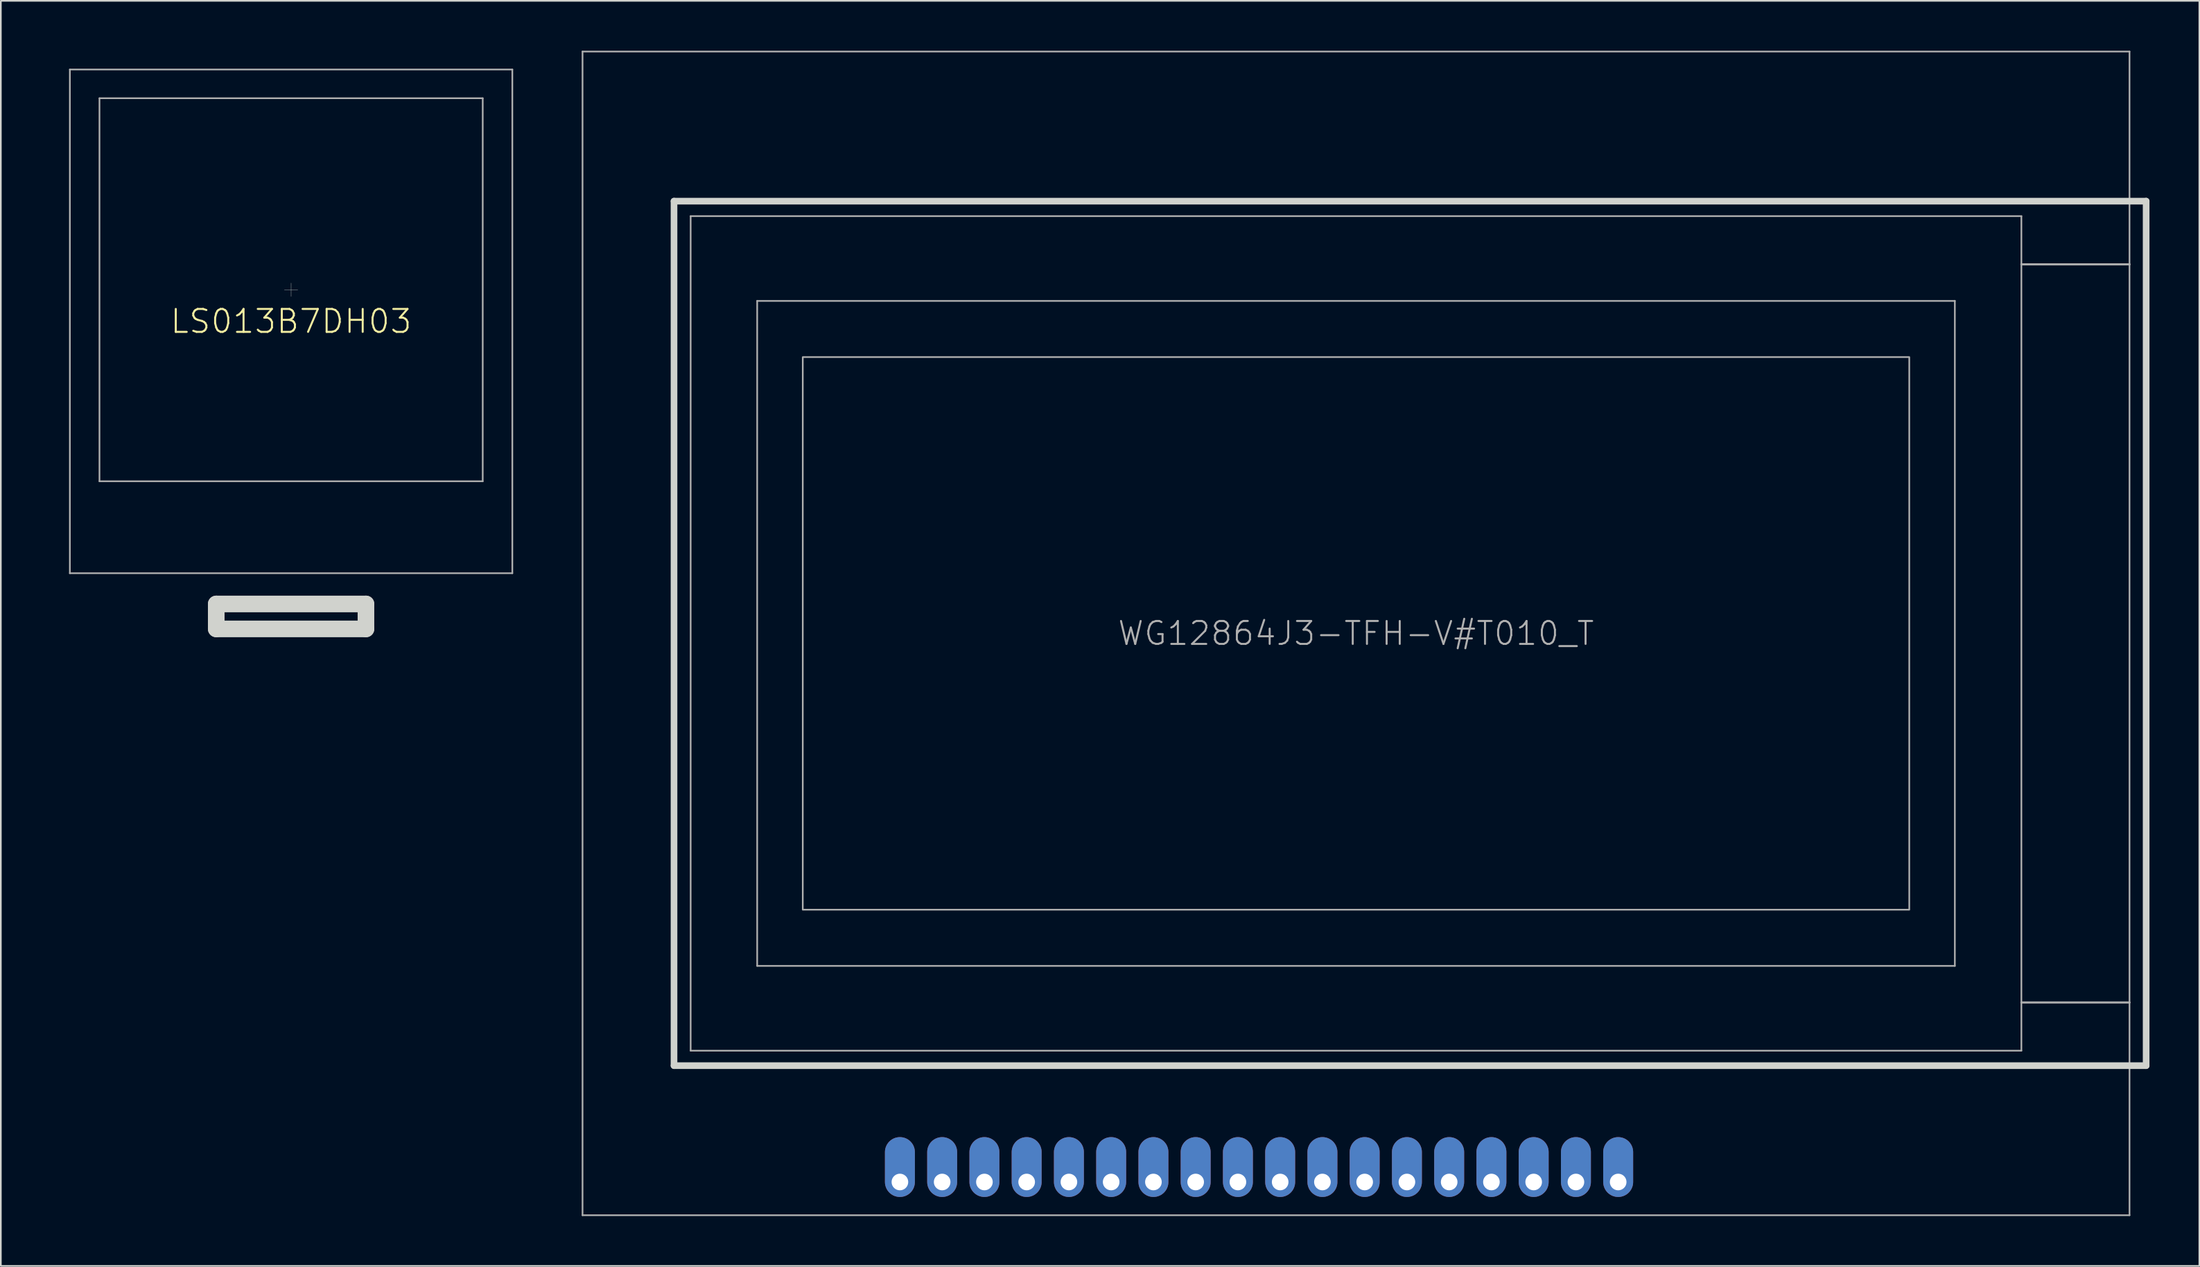
<source format=kicad_pcb>
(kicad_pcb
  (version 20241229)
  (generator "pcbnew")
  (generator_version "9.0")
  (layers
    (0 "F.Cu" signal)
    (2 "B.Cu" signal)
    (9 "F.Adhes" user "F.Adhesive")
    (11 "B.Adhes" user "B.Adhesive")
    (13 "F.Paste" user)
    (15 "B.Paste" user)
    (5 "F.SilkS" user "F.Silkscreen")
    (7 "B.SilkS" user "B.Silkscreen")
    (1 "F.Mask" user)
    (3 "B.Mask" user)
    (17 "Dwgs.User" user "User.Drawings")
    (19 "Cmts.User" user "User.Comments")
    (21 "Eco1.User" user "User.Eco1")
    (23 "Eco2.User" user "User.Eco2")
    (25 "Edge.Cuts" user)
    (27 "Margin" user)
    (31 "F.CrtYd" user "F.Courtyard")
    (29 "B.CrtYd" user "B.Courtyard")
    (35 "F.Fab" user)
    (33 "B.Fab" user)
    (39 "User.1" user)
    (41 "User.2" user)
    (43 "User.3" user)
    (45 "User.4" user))
  (footprint "WG12864J3-TFH-V#T010_T"
    (layer "F.Cu")
    (at 78.47 35.05)
    (property "Reference" "WG12864J3-TFH-V#T010_T" (at 0 0 0) (unlocked yes) (layer "F.Fab") (effects (font (size 1.38 1.38) (thickness 0.12))))
    (fp_line (start -41 -26) (end -41 26) (stroke (width 0.4) (type solid)) (layer "Edge.Cuts"))
    (fp_line (start -41 26) (end 47.5 26) (stroke (width 0.4) (type solid)) (layer "Edge.Cuts"))
    (fp_line (start 47.5 -26) (end -41 -26) (stroke (width 0.4) (type solid)) (layer "Edge.Cuts"))
    (fp_line (start 47.5 26) (end 47.5 -26) (stroke (width 0.4) (type solid)) (layer "Edge.Cuts"))
    (fp_line (start -46.5 -35) (end 46.5 -35) (stroke (width 0.1) (type solid)) (layer "F.Fab"))
    (fp_line (start -46.5 35) (end -46.5 -35) (stroke (width 0.1) (type solid)) (layer "F.Fab"))
    (fp_line (start -40 -25.1) (end 40 -25.1) (stroke (width 0.1) (type solid)) (layer "F.Fab"))
    (fp_line (start -40 25.1) (end -40 -25.1) (stroke (width 0.1) (type solid)) (layer "F.Fab"))
    (fp_line (start -36 -20) (end -36 20) (stroke (width 0.1) (type solid)) (layer "F.Fab"))
    (fp_line (start -36 20) (end 36 20) (stroke (width 0.1) (type solid)) (layer "F.Fab"))
    (fp_line (start 36 -20) (end -36 -20) (stroke (width 0.1) (type solid)) (layer "F.Fab"))
    (fp_line (start 36 20) (end 36 -20) (stroke (width 0.1) (type solid)) (layer "F.Fab"))
    (fp_line (start 40 -25.1) (end 40 -22.2) (stroke (width 0.1) (type solid)) (layer "F.Fab"))
    (fp_line (start 40 -22.2) (end 40 22.2) (stroke (width 0.1) (type solid)) (layer "F.Fab"))
    (fp_line (start 40 -22.2) (end 46.5 -22.2) (stroke (width 0.127) (type solid)) (layer "F.Fab"))
    (fp_line (start 40 22.2) (end 40 25.1) (stroke (width 0.1) (type solid)) (layer "F.Fab"))
    (fp_line (start 40 22.2) (end 46.5 22.2) (stroke (width 0.127) (type solid)) (layer "F.Fab"))
    (fp_line (start 40 25.1) (end -40 25.1) (stroke (width 0.1) (type solid)) (layer "F.Fab"))
    (fp_line (start 46.5 -35) (end 46.5 -22.2) (stroke (width 0.1) (type solid)) (layer "F.Fab"))
    (fp_line (start 46.5 -22.2) (end 46.5 22.2) (stroke (width 0.1) (type solid)) (layer "F.Fab"))
    (fp_line (start 46.5 22.2) (end 46.5 35) (stroke (width 0.1) (type solid)) (layer "F.Fab"))
    (fp_line (start 46.5 35) (end -46.5 35) (stroke (width 0.1) (type solid)) (layer "F.Fab"))
    (fp_poly (pts (xy -33.26 16.62) (xy 33.26 16.62) (xy 33.26 -16.62) (xy -33.26 -16.62)) (stroke (width 0.1) (type default)) (fill no) (layer "F.Fab"))
    (pad "1" thru_hole oval (at 15.76 33 90) (size 3.6 1.8) (drill 1 (offset 0.9 0)) (layers "*.Cu" "*.Mask"))
    (pad "2" thru_hole oval (at 13.22 33 90) (size 3.6 1.8) (drill 1 (offset 0.9 0)) (layers "*.Cu" "*.Mask"))
    (pad "3" thru_hole oval (at 10.68 33 90) (size 3.6 1.8) (drill 1 (offset 0.9 0)) (layers "*.Cu" "*.Mask"))
    (pad "4" thru_hole oval (at 8.14 33 90) (size 3.6 1.8) (drill 1 (offset 0.9 0)) (layers "*.Cu" "*.Mask"))
    (pad "5" thru_hole oval (at 5.6 33 90) (size 3.6 1.8) (drill 1 (offset 0.9 0)) (layers "*.Cu" "*.Mask"))
    (pad "6" thru_hole oval (at 3.06 33 90) (size 3.6 1.8) (drill 1 (offset 0.9 0)) (layers "*.Cu" "*.Mask"))
    (pad "7" thru_hole oval (at 0.52 33 90) (size 3.6 1.8) (drill 1 (offset 0.9 0)) (layers "*.Cu" "*.Mask"))
    (pad "8" thru_hole oval (at -2.02 33 90) (size 3.6 1.8) (drill 1 (offset 0.9 0)) (layers "*.Cu" "*.Mask"))
    (pad "9" thru_hole oval (at -4.56 33 90) (size 3.6 1.8) (drill 1 (offset 0.9 0)) (layers "*.Cu" "*.Mask"))
    (pad "10" thru_hole oval (at -7.1 33 90) (size 3.6 1.8) (drill 1 (offset 0.9 0)) (layers "*.Cu" "*.Mask"))
    (pad "11" thru_hole oval (at -9.64 33 90) (size 3.6 1.8) (drill 1 (offset 0.9 0)) (layers "*.Cu" "*.Mask"))
    (pad "12" thru_hole oval (at -12.18 33 90) (size 3.6 1.8) (drill 1 (offset 0.9 0)) (layers "*.Cu" "*.Mask"))
    (pad "13" thru_hole oval (at -14.72 33 90) (size 3.6 1.8) (drill 1 (offset 0.9 0)) (layers "*.Cu" "*.Mask"))
    (pad "14" thru_hole oval (at -17.26 33 90) (size 3.6 1.8) (drill 1 (offset 0.9 0)) (layers "*.Cu" "*.Mask"))
    (pad "15" thru_hole oval (at -19.8 33 90) (size 3.6 1.8) (drill 1 (offset 0.9 0)) (layers "*.Cu" "*.Mask"))
    (pad "16" thru_hole oval (at -22.34 33 90) (size 3.6 1.8) (drill 1 (offset 0.9 0)) (layers "*.Cu" "*.Mask"))
    (pad "17" thru_hole oval (at -24.88 33 90) (size 3.6 1.8) (drill 1 (offset 0.9 0)) (layers "*.Cu" "*.Mask"))
    (pad "18" thru_hole oval (at -27.42 33 90) (size 3.6 1.8) (drill 1 (offset 0.9 0)) (layers "*.Cu" "*.Mask")))
  (footprint "LS013B7DH03"
    (layer "F.Cu")
    (at 14.45 16.28)
    (property "Reference" "LS013B7DH03" (at 0 0 0) (unlocked yes) (layer "F.SilkS") (effects (font (size 1.38 1.38) (thickness 0.12))))
    (fp_line (start -13.45 -15.3) (end -14.35 -15.3) (stroke (width 0.2) (type solid)) (layer "F.Mask"))
    (fp_line (start -13.45 -15.3) (end -13.45 -16.18) (stroke (width 0.2) (type solid)) (layer "F.Mask"))
    (fp_line (start -13.45 15.3) (end -14.35 15.3) (stroke (width 0.2) (type solid)) (layer "F.Mask"))
    (fp_line (start -13.45 15.3) (end -13.45 16.2) (stroke (width 0.2) (type solid)) (layer "F.Mask"))
    (fp_line (start 13.45 -15.3) (end 13.45 -16.18) (stroke (width 0.2) (type solid)) (layer "F.Mask"))
    (fp_line (start 13.45 -15.3) (end 14.37 -15.3) (stroke (width 0.2) (type solid)) (layer "F.Mask"))
    (fp_line (start 13.45 15.3) (end 13.45 16.2) (stroke (width 0.2) (type solid)) (layer "F.Mask"))
    (fp_line (start 13.45 15.3) (end 14.37 15.3) (stroke (width 0.2) (type solid)) (layer "F.Mask"))
    (fp_line (start -4.5 17) (end 4.5 17) (stroke (width 1) (type solid)) (layer "Edge.Cuts"))
    (fp_line (start -4.5 18.5) (end -4.5 17) (stroke (width 1) (type solid)) (layer "Edge.Cuts"))
    (fp_line (start 4.5 17) (end 4.5 18.5) (stroke (width 1) (type solid)) (layer "Edge.Cuts"))
    (fp_line (start 4.5 18.5) (end -4.5 18.5) (stroke (width 1) (type solid)) (layer "Edge.Cuts"))
    (fp_line (start -13.3 -15.15) (end -13.3 15.15) (stroke (width 0.1) (type solid)) (layer "F.Fab"))
    (fp_line (start -13.3 15.15) (end 13.3 15.15) (stroke (width 0.1) (type solid)) (layer "F.Fab"))
    (fp_line (start -11.52 -13.42) (end 11.52 -13.42) (stroke (width 0.1) (type solid)) (layer "F.Fab"))
    (fp_line (start -11.52 9.62) (end -11.52 -13.42) (stroke (width 0.1) (type solid)) (layer "F.Fab"))
    (fp_line (start -0.4 -1.9) (end 0.4 -1.9) (stroke (width 0.02) (type solid)) (layer "F.Fab"))
    (fp_line (start 0 -1.5) (end 0 -2.3) (stroke (width 0.02) (type solid)) (layer "F.Fab"))
    (fp_line (start 11.52 -13.42) (end 11.52 9.62) (stroke (width 0.1) (type solid)) (layer "F.Fab"))
    (fp_line (start 11.52 9.62) (end -11.52 9.62) (stroke (width 0.1) (type solid)) (layer "F.Fab"))
    (fp_line (start 13.3 -15.15) (end -13.3 -15.15) (stroke (width 0.1) (type solid)) (layer "F.Fab"))
    (fp_line (start 13.3 15.15) (end 13.3 -15.15) (stroke (width 0.1) (type solid)) (layer "F.Fab"))
    (zone (net_name "") (layer "F.Cu") (hatch edge 0.5) (connect_pads) (min_thickness 0.25) (filled_areas_thickness no) (keepout (tracks not_allowed) (vias not_allowed) (pads not_allowed) (copperpour not_allowed) (footprints allowed)) (placement (enabled no)) (fill) (polygon (pts (xy 9.45 35.28) (xy 19.45 35.28) (xy 19.45 32.78) (xy 9.45 32.78))))
    (zone (net_name "") (layer "B.Cu") (hatch edge 0.5) (connect_pads) (min_thickness 0.25) (filled_areas_thickness no) (keepout (tracks not_allowed) (vias not_allowed) (pads not_allowed) (copperpour not_allowed) (footprints allowed)) (placement (enabled no)) (fill) (polygon (pts (xy 9.45 35.28) (xy 19.45 35.28) (xy 19.45 32.78) (xy 9.45 32.78)))))
  (gr_rect
    (start -3 -3)
    (end 129.17 73.1)
    (stroke (width 0.1) (type default))
    (fill no)
    (layer "Edge.Cuts")))
</source>
